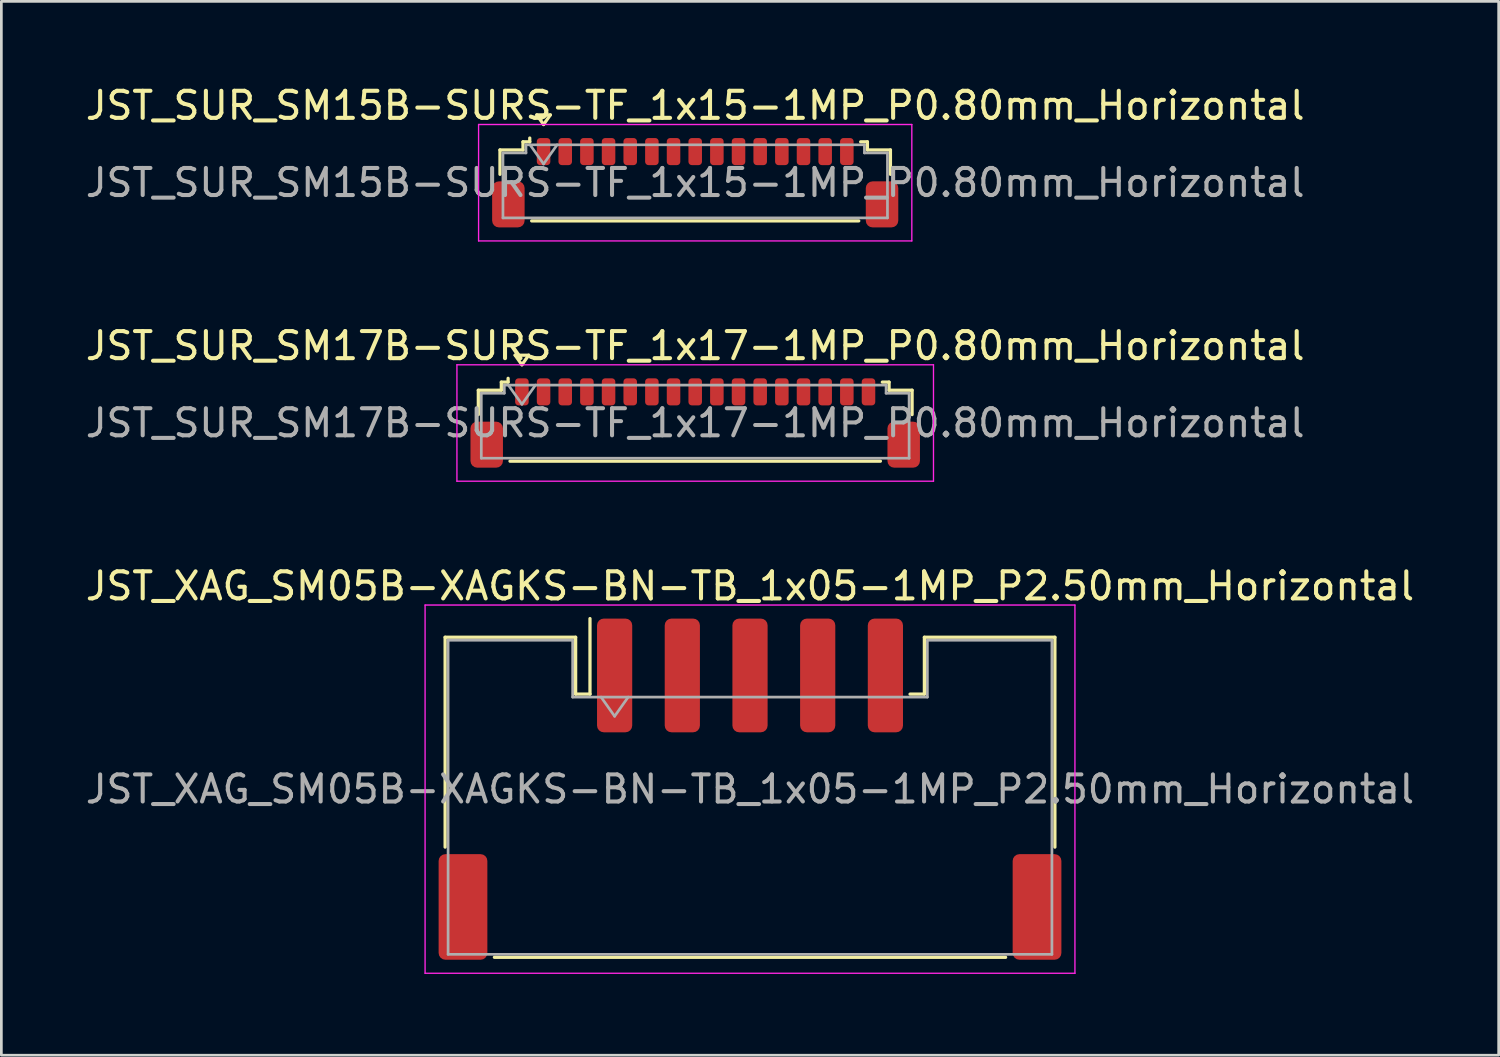
<source format=kicad_pcb>
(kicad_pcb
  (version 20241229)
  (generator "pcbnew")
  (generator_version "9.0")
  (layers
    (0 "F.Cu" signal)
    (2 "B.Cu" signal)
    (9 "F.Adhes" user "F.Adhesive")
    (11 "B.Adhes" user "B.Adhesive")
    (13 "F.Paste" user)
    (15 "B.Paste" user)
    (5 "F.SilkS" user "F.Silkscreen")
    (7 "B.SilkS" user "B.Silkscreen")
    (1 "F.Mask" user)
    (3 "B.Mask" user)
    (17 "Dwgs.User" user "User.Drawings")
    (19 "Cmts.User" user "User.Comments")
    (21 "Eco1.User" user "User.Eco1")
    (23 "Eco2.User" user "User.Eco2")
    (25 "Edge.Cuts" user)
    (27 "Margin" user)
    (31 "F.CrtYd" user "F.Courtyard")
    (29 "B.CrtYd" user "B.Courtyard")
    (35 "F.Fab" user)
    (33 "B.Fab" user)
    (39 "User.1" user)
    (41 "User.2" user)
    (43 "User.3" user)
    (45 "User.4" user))
  (footprint "JST_SUR_SM17B-SURS-TF_1x17-1MP_P0.80mm_Horizontal"
    (layer "F.Cu")
    (at 22.625 12.572)
    (property "Reference" "JST_SUR_SM17B-SURS-TF_1x17-1MP_P0.80mm_Horizontal" (at 0 -2.85 0) (layer "F.SilkS") (effects (font (size 1 1) (thickness 0.15))))
    (attr smd)
    (fp_line (start -8.01 -1.21) (end -7.16 -1.21) (stroke (width 0.12) (type solid)) (layer "F.SilkS"))
    (fp_line (start -8.01 -0.31) (end -8.01 -1.21) (stroke (width 0.12) (type solid)) (layer "F.SilkS"))
    (fp_line (start -7.16 -1.51) (end -6.91 -1.51) (stroke (width 0.12) (type solid)) (layer "F.SilkS"))
    (fp_line (start -7.16 -1.21) (end -7.16 -1.51) (stroke (width 0.12) (type solid)) (layer "F.SilkS"))
    (fp_line (start -6.91 -1.51) (end -6.91 -1.65) (stroke (width 0.12) (type solid)) (layer "F.SilkS"))
    (fp_line (start -6.84 1.41) (end 6.84 1.41) (stroke (width 0.12) (type solid)) (layer "F.SilkS"))
    (fp_line (start -6.65 -2.504) (end -6.4 -2.15) (stroke (width 0.12) (type solid)) (layer "F.SilkS"))
    (fp_line (start -6.4 -2.15) (end -6.15 -2.504) (stroke (width 0.12) (type solid)) (layer "F.SilkS"))
    (fp_line (start -6.15 -2.504) (end -6.65 -2.504) (stroke (width 0.12) (type solid)) (layer "F.SilkS"))
    (fp_line (start 7.16 -1.51) (end 6.91 -1.51) (stroke (width 0.12) (type solid)) (layer "F.SilkS"))
    (fp_line (start 7.16 -1.21) (end 7.16 -1.51) (stroke (width 0.12) (type solid)) (layer "F.SilkS"))
    (fp_line (start 8.01 -1.21) (end 7.16 -1.21) (stroke (width 0.12) (type solid)) (layer "F.SilkS"))
    (fp_line (start 8.01 -0.31) (end 8.01 -1.21) (stroke (width 0.12) (type solid)) (layer "F.SilkS"))
    (fp_line (start -8.8 -2.15) (end -8.8 2.15) (stroke (width 0.05) (type solid)) (layer "F.CrtYd"))
    (fp_line (start -8.8 2.15) (end 8.8 2.15) (stroke (width 0.05) (type solid)) (layer "F.CrtYd"))
    (fp_line (start 8.8 -2.15) (end -8.8 -2.15) (stroke (width 0.05) (type solid)) (layer "F.CrtYd"))
    (fp_line (start 8.8 2.15) (end 8.8 -2.15) (stroke (width 0.05) (type solid)) (layer "F.CrtYd"))
    (fp_line (start -7.9 -1.1) (end -7.9 1.3) (stroke (width 0.1) (type solid)) (layer "F.Fab"))
    (fp_line (start -7.9 -1.1) (end -7.05 -1.1) (stroke (width 0.1) (type solid)) (layer "F.Fab"))
    (fp_line (start -7.9 1.3) (end 7.9 1.3) (stroke (width 0.1) (type solid)) (layer "F.Fab"))
    (fp_line (start -7.05 -1.4) (end 7.05 -1.4) (stroke (width 0.1) (type solid)) (layer "F.Fab"))
    (fp_line (start -7.05 -1.1) (end -7.05 -1.4) (stroke (width 0.1) (type solid)) (layer "F.Fab"))
    (fp_line (start -6.9 -1.4) (end -6.4 -0.693) (stroke (width 0.1) (type solid)) (layer "F.Fab"))
    (fp_line (start -6.4 -0.693) (end -5.9 -1.4) (stroke (width 0.1) (type solid)) (layer "F.Fab"))
    (fp_line (start 7.05 -1.4) (end 7.05 -1.1) (stroke (width 0.1) (type solid)) (layer "F.Fab"))
    (fp_line (start 7.05 -1.1) (end 7.9 -1.1) (stroke (width 0.1) (type solid)) (layer "F.Fab"))
    (fp_line (start 7.9 -1.1) (end 7.9 1.3) (stroke (width 0.1) (type solid)) (layer "F.Fab"))
    (fp_text user "${REFERENCE}" (at 0 0 0) (layer "F.Fab") (effects (font (size 1 1) (thickness 0.15))))
    (pad "1" smd roundrect (at -6.4 -1.15) (size 0.5 1) (layers "F.Cu" "F.Mask" "F.Paste") (roundrect_rratio 0.25))
    (pad "2" smd roundrect (at -5.6 -1.15) (size 0.5 1) (layers "F.Cu" "F.Mask" "F.Paste") (roundrect_rratio 0.25))
    (pad "3" smd roundrect (at -4.8 -1.15) (size 0.5 1) (layers "F.Cu" "F.Mask" "F.Paste") (roundrect_rratio 0.25))
    (pad "4" smd roundrect (at -4 -1.15) (size 0.5 1) (layers "F.Cu" "F.Mask" "F.Paste") (roundrect_rratio 0.25))
    (pad "5" smd roundrect (at -3.2 -1.15) (size 0.5 1) (layers "F.Cu" "F.Mask" "F.Paste") (roundrect_rratio 0.25))
    (pad "6" smd roundrect (at -2.4 -1.15) (size 0.5 1) (layers "F.Cu" "F.Mask" "F.Paste") (roundrect_rratio 0.25))
    (pad "7" smd roundrect (at -1.6 -1.15) (size 0.5 1) (layers "F.Cu" "F.Mask" "F.Paste") (roundrect_rratio 0.25))
    (pad "8" smd roundrect (at -0.8 -1.15) (size 0.5 1) (layers "F.Cu" "F.Mask" "F.Paste") (roundrect_rratio 0.25))
    (pad "9" smd roundrect (at 0 -1.15) (size 0.5 1) (layers "F.Cu" "F.Mask" "F.Paste") (roundrect_rratio 0.25))
    (pad "10" smd roundrect (at 0.8 -1.15) (size 0.5 1) (layers "F.Cu" "F.Mask" "F.Paste") (roundrect_rratio 0.25))
    (pad "11" smd roundrect (at 1.6 -1.15) (size 0.5 1) (layers "F.Cu" "F.Mask" "F.Paste") (roundrect_rratio 0.25))
    (pad "12" smd roundrect (at 2.4 -1.15) (size 0.5 1) (layers "F.Cu" "F.Mask" "F.Paste") (roundrect_rratio 0.25))
    (pad "13" smd roundrect (at 3.2 -1.15) (size 0.5 1) (layers "F.Cu" "F.Mask" "F.Paste") (roundrect_rratio 0.25))
    (pad "14" smd roundrect (at 4 -1.15) (size 0.5 1) (layers "F.Cu" "F.Mask" "F.Paste") (roundrect_rratio 0.25))
    (pad "15" smd roundrect (at 4.8 -1.15) (size 0.5 1) (layers "F.Cu" "F.Mask" "F.Paste") (roundrect_rratio 0.25))
    (pad "16" smd roundrect (at 5.6 -1.15) (size 0.5 1) (layers "F.Cu" "F.Mask" "F.Paste") (roundrect_rratio 0.25))
    (pad "17" smd roundrect (at 6.4 -1.15) (size 0.5 1) (layers "F.Cu" "F.Mask" "F.Paste") (roundrect_rratio 0.25))
    (pad "MP" smd roundrect (at -7.7 0.8) (size 1.2 1.7) (layers "F.Cu" "F.Mask" "F.Paste") (roundrect_rratio 0.208))
    (pad "MP" smd roundrect (at 7.7 0.8) (size 1.2 1.7) (layers "F.Cu" "F.Mask" "F.Paste") (roundrect_rratio 0.208)))
  (footprint "JST_XAG_SM05B-XAGKS-BN-TB_1x05-1MP_P2.50mm_Horizontal"
    (layer "F.Cu")
    (at 24.649 26.095)
    (property "Reference" "JST_XAG_SM05B-XAGKS-BN-TB_1x05-1MP_P2.50mm_Horizontal" (at 0 -7.5 0) (layer "F.SilkS") (effects (font (size 1 1) (thickness 0.15))))
    (attr smd)
    (fp_line (start -11.26 -5.61) (end -6.44 -5.61) (stroke (width 0.12) (type solid)) (layer "F.SilkS"))
    (fp_line (start -11.26 2.14) (end -11.26 -5.61) (stroke (width 0.12) (type solid)) (layer "F.SilkS"))
    (fp_line (start -9.44 6.21) (end 9.44 6.21) (stroke (width 0.12) (type solid)) (layer "F.SilkS"))
    (fp_line (start -6.44 -5.61) (end -6.44 -3.51) (stroke (width 0.12) (type solid)) (layer "F.SilkS"))
    (fp_line (start -6.44 -3.51) (end -5.91 -3.51) (stroke (width 0.12) (type solid)) (layer "F.SilkS"))
    (fp_line (start -5.91 -3.51) (end -5.91 -6.3) (stroke (width 0.12) (type solid)) (layer "F.SilkS"))
    (fp_line (start 6.44 -5.61) (end 6.44 -3.51) (stroke (width 0.12) (type solid)) (layer "F.SilkS"))
    (fp_line (start 6.44 -3.51) (end 5.91 -3.51) (stroke (width 0.12) (type solid)) (layer "F.SilkS"))
    (fp_line (start 11.26 -5.61) (end 6.44 -5.61) (stroke (width 0.12) (type solid)) (layer "F.SilkS"))
    (fp_line (start 11.26 2.14) (end 11.26 -5.61) (stroke (width 0.12) (type solid)) (layer "F.SilkS"))
    (fp_line (start -12 -6.8) (end -12 6.8) (stroke (width 0.05) (type solid)) (layer "F.CrtYd"))
    (fp_line (start -12 6.8) (end 12 6.8) (stroke (width 0.05) (type solid)) (layer "F.CrtYd"))
    (fp_line (start 12 -6.8) (end -12 -6.8) (stroke (width 0.05) (type solid)) (layer "F.CrtYd"))
    (fp_line (start 12 6.8) (end 12 -6.8) (stroke (width 0.05) (type solid)) (layer "F.CrtYd"))
    (fp_line (start -11.15 -5.5) (end -11.15 6.1) (stroke (width 0.1) (type solid)) (layer "F.Fab"))
    (fp_line (start -11.15 -5.5) (end -6.55 -5.5) (stroke (width 0.1) (type solid)) (layer "F.Fab"))
    (fp_line (start -11.15 6.1) (end 11.15 6.1) (stroke (width 0.1) (type solid)) (layer "F.Fab"))
    (fp_line (start -6.55 -5.5) (end -6.55 -3.4) (stroke (width 0.1) (type solid)) (layer "F.Fab"))
    (fp_line (start -6.55 -3.4) (end 6.55 -3.4) (stroke (width 0.1) (type solid)) (layer "F.Fab"))
    (fp_line (start -5.5 -3.4) (end -5 -2.693) (stroke (width 0.1) (type solid)) (layer "F.Fab"))
    (fp_line (start -5 -2.693) (end -4.5 -3.4) (stroke (width 0.1) (type solid)) (layer "F.Fab"))
    (fp_line (start 6.55 -5.5) (end 11.15 -5.5) (stroke (width 0.1) (type solid)) (layer "F.Fab"))
    (fp_line (start 6.55 -3.4) (end 6.55 -5.5) (stroke (width 0.1) (type solid)) (layer "F.Fab"))
    (fp_line (start 11.15 -5.5) (end 11.15 6.1) (stroke (width 0.1) (type solid)) (layer "F.Fab"))
    (fp_text user "${REFERENCE}" (at 0 0 0) (layer "F.Fab") (effects (font (size 1 1) (thickness 0.15))))
    (pad "1" smd roundrect (at -5 -4.2) (size 1.3 4.2) (layers "F.Cu" "F.Mask" "F.Paste") (roundrect_rratio 0.192))
    (pad "2" smd roundrect (at -2.5 -4.2) (size 1.3 4.2) (layers "F.Cu" "F.Mask" "F.Paste") (roundrect_rratio 0.192))
    (pad "3" smd roundrect (at 0 -4.2) (size 1.3 4.2) (layers "F.Cu" "F.Mask" "F.Paste") (roundrect_rratio 0.192))
    (pad "4" smd roundrect (at 2.5 -4.2) (size 1.3 4.2) (layers "F.Cu" "F.Mask" "F.Paste") (roundrect_rratio 0.192))
    (pad "5" smd roundrect (at 5 -4.2) (size 1.3 4.2) (layers "F.Cu" "F.Mask" "F.Paste") (roundrect_rratio 0.192))
    (pad "MP" smd roundrect (at -10.6 4.35) (size 1.8 3.9) (layers "F.Cu" "F.Mask" "F.Paste") (roundrect_rratio 0.139))
    (pad "MP" smd roundrect (at 10.6 4.35) (size 1.8 3.9) (layers "F.Cu" "F.Mask" "F.Paste") (roundrect_rratio 0.139)))
  (footprint "JST_SUR_SM15B-SURS-TF_1x15-1MP_P0.80mm_Horizontal"
    (layer "F.Cu")
    (at 22.625 3.698)
    (property "Reference" "JST_SUR_SM15B-SURS-TF_1x15-1MP_P0.80mm_Horizontal" (at 0 -2.85 0) (layer "F.SilkS") (effects (font (size 1 1) (thickness 0.15))))
    (attr smd)
    (fp_line (start -7.21 -1.21) (end -6.36 -1.21) (stroke (width 0.12) (type solid)) (layer "F.SilkS"))
    (fp_line (start -7.21 -0.31) (end -7.21 -1.21) (stroke (width 0.12) (type solid)) (layer "F.SilkS"))
    (fp_line (start -6.36 -1.51) (end -6.11 -1.51) (stroke (width 0.12) (type solid)) (layer "F.SilkS"))
    (fp_line (start -6.36 -1.21) (end -6.36 -1.51) (stroke (width 0.12) (type solid)) (layer "F.SilkS"))
    (fp_line (start -6.11 -1.51) (end -6.11 -1.65) (stroke (width 0.12) (type solid)) (layer "F.SilkS"))
    (fp_line (start -6.04 1.41) (end 6.04 1.41) (stroke (width 0.12) (type solid)) (layer "F.SilkS"))
    (fp_line (start -5.85 -2.504) (end -5.6 -2.15) (stroke (width 0.12) (type solid)) (layer "F.SilkS"))
    (fp_line (start -5.6 -2.15) (end -5.35 -2.504) (stroke (width 0.12) (type solid)) (layer "F.SilkS"))
    (fp_line (start -5.35 -2.504) (end -5.85 -2.504) (stroke (width 0.12) (type solid)) (layer "F.SilkS"))
    (fp_line (start 6.36 -1.51) (end 6.11 -1.51) (stroke (width 0.12) (type solid)) (layer "F.SilkS"))
    (fp_line (start 6.36 -1.21) (end 6.36 -1.51) (stroke (width 0.12) (type solid)) (layer "F.SilkS"))
    (fp_line (start 7.21 -1.21) (end 6.36 -1.21) (stroke (width 0.12) (type solid)) (layer "F.SilkS"))
    (fp_line (start 7.21 -0.31) (end 7.21 -1.21) (stroke (width 0.12) (type solid)) (layer "F.SilkS"))
    (fp_line (start -8 -2.15) (end -8 2.15) (stroke (width 0.05) (type solid)) (layer "F.CrtYd"))
    (fp_line (start -8 2.15) (end 8 2.15) (stroke (width 0.05) (type solid)) (layer "F.CrtYd"))
    (fp_line (start 8 -2.15) (end -8 -2.15) (stroke (width 0.05) (type solid)) (layer "F.CrtYd"))
    (fp_line (start 8 2.15) (end 8 -2.15) (stroke (width 0.05) (type solid)) (layer "F.CrtYd"))
    (fp_line (start -7.1 -1.1) (end -7.1 1.3) (stroke (width 0.1) (type solid)) (layer "F.Fab"))
    (fp_line (start -7.1 -1.1) (end -6.25 -1.1) (stroke (width 0.1) (type solid)) (layer "F.Fab"))
    (fp_line (start -7.1 1.3) (end 7.1 1.3) (stroke (width 0.1) (type solid)) (layer "F.Fab"))
    (fp_line (start -6.25 -1.4) (end 6.25 -1.4) (stroke (width 0.1) (type solid)) (layer "F.Fab"))
    (fp_line (start -6.25 -1.1) (end -6.25 -1.4) (stroke (width 0.1) (type solid)) (layer "F.Fab"))
    (fp_line (start -6.1 -1.4) (end -5.6 -0.693) (stroke (width 0.1) (type solid)) (layer "F.Fab"))
    (fp_line (start -5.6 -0.693) (end -5.1 -1.4) (stroke (width 0.1) (type solid)) (layer "F.Fab"))
    (fp_line (start 6.25 -1.4) (end 6.25 -1.1) (stroke (width 0.1) (type solid)) (layer "F.Fab"))
    (fp_line (start 6.25 -1.1) (end 7.1 -1.1) (stroke (width 0.1) (type solid)) (layer "F.Fab"))
    (fp_line (start 7.1 -1.1) (end 7.1 1.3) (stroke (width 0.1) (type solid)) (layer "F.Fab"))
    (fp_text user "${REFERENCE}" (at 0 0 0) (layer "F.Fab") (effects (font (size 1 1) (thickness 0.15))))
    (pad "1" smd roundrect (at -5.6 -1.15) (size 0.5 1) (layers "F.Cu" "F.Mask" "F.Paste") (roundrect_rratio 0.25))
    (pad "2" smd roundrect (at -4.8 -1.15) (size 0.5 1) (layers "F.Cu" "F.Mask" "F.Paste") (roundrect_rratio 0.25))
    (pad "3" smd roundrect (at -4 -1.15) (size 0.5 1) (layers "F.Cu" "F.Mask" "F.Paste") (roundrect_rratio 0.25))
    (pad "4" smd roundrect (at -3.2 -1.15) (size 0.5 1) (layers "F.Cu" "F.Mask" "F.Paste") (roundrect_rratio 0.25))
    (pad "5" smd roundrect (at -2.4 -1.15) (size 0.5 1) (layers "F.Cu" "F.Mask" "F.Paste") (roundrect_rratio 0.25))
    (pad "6" smd roundrect (at -1.6 -1.15) (size 0.5 1) (layers "F.Cu" "F.Mask" "F.Paste") (roundrect_rratio 0.25))
    (pad "7" smd roundrect (at -0.8 -1.15) (size 0.5 1) (layers "F.Cu" "F.Mask" "F.Paste") (roundrect_rratio 0.25))
    (pad "8" smd roundrect (at 0 -1.15) (size 0.5 1) (layers "F.Cu" "F.Mask" "F.Paste") (roundrect_rratio 0.25))
    (pad "9" smd roundrect (at 0.8 -1.15) (size 0.5 1) (layers "F.Cu" "F.Mask" "F.Paste") (roundrect_rratio 0.25))
    (pad "10" smd roundrect (at 1.6 -1.15) (size 0.5 1) (layers "F.Cu" "F.Mask" "F.Paste") (roundrect_rratio 0.25))
    (pad "11" smd roundrect (at 2.4 -1.15) (size 0.5 1) (layers "F.Cu" "F.Mask" "F.Paste") (roundrect_rratio 0.25))
    (pad "12" smd roundrect (at 3.2 -1.15) (size 0.5 1) (layers "F.Cu" "F.Mask" "F.Paste") (roundrect_rratio 0.25))
    (pad "13" smd roundrect (at 4 -1.15) (size 0.5 1) (layers "F.Cu" "F.Mask" "F.Paste") (roundrect_rratio 0.25))
    (pad "14" smd roundrect (at 4.8 -1.15) (size 0.5 1) (layers "F.Cu" "F.Mask" "F.Paste") (roundrect_rratio 0.25))
    (pad "15" smd roundrect (at 5.6 -1.15) (size 0.5 1) (layers "F.Cu" "F.Mask" "F.Paste") (roundrect_rratio 0.25))
    (pad "MP" smd roundrect (at -6.9 0.8) (size 1.2 1.7) (layers "F.Cu" "F.Mask" "F.Paste") (roundrect_rratio 0.208))
    (pad "MP" smd roundrect (at 6.9 0.8) (size 1.2 1.7) (layers "F.Cu" "F.Mask" "F.Paste") (roundrect_rratio 0.208)))
  (gr_rect
    (start -3 -3)
    (end 52.298 35.92)
    (stroke (width 0.1) (type default))
    (fill no)
    (layer "Edge.Cuts")))
</source>
